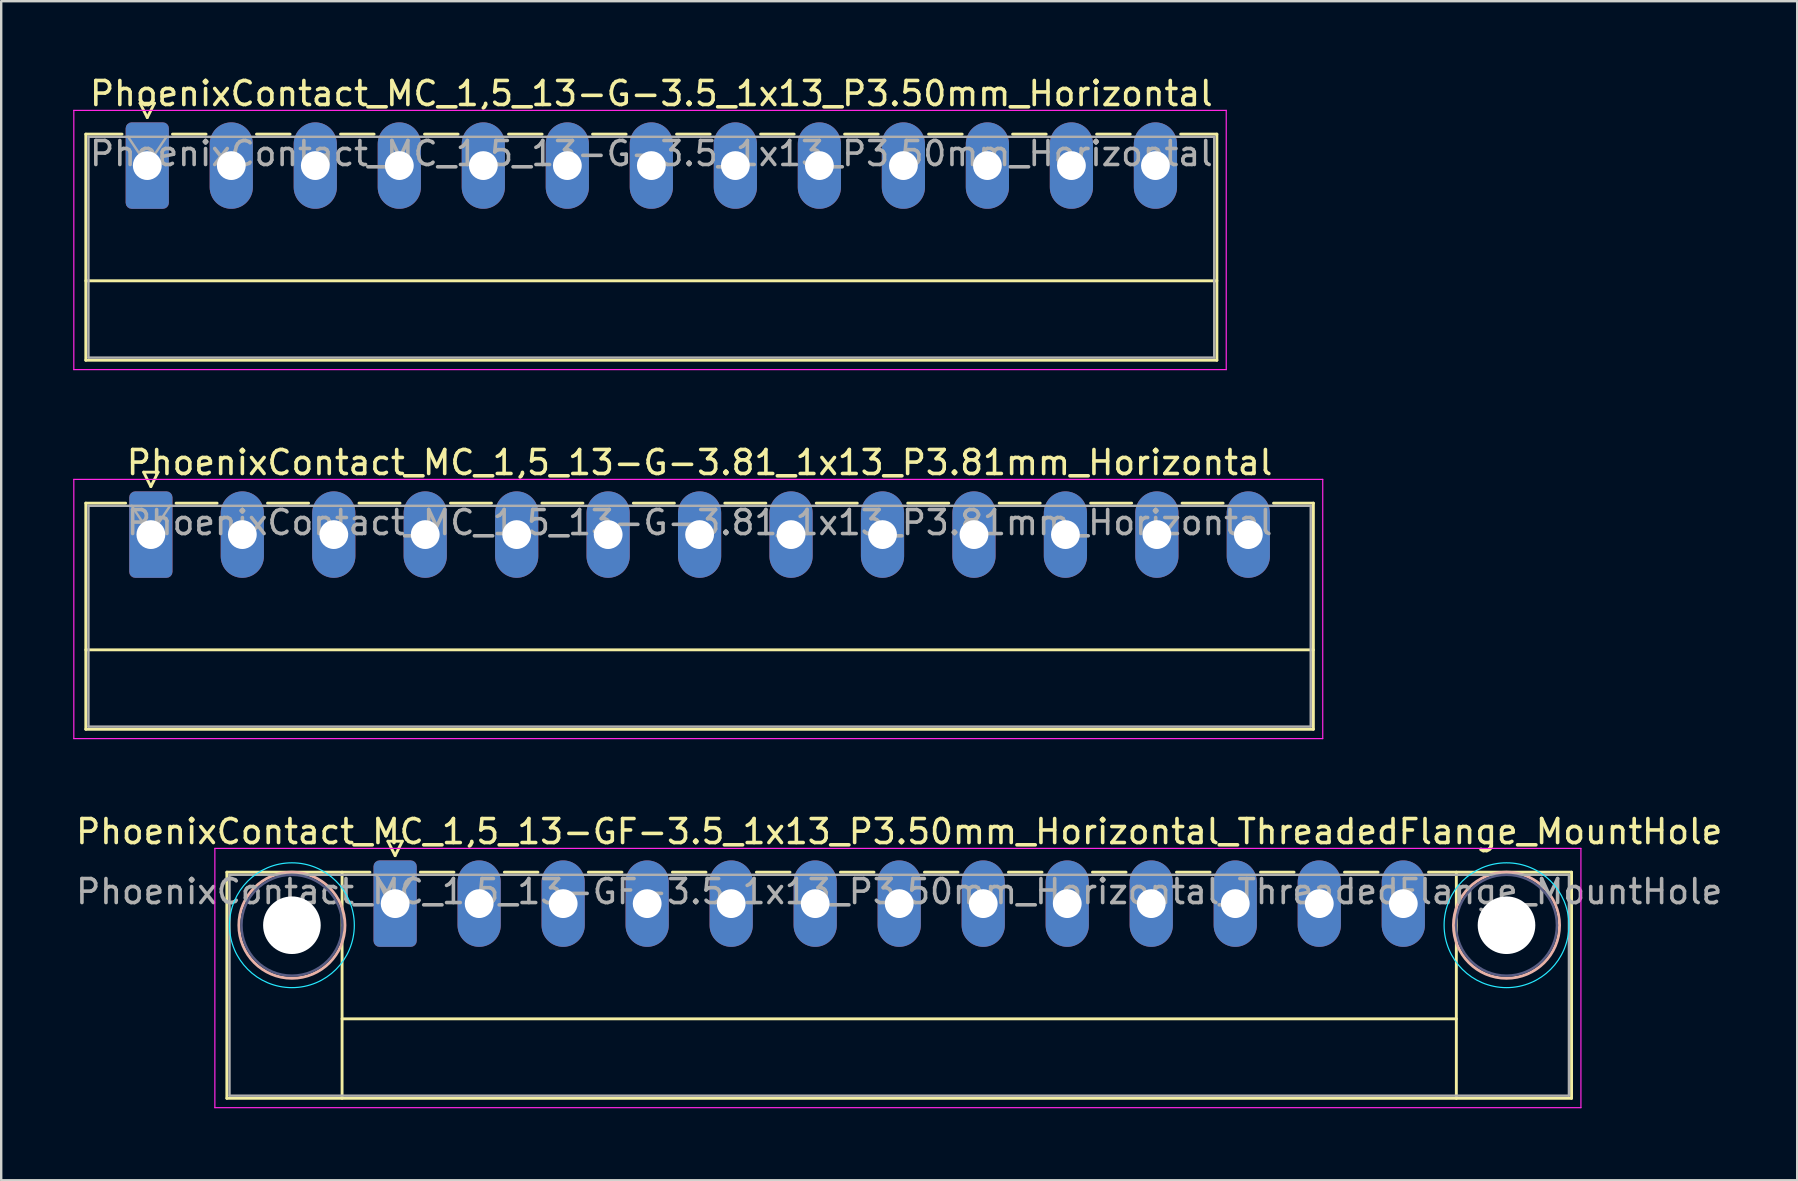
<source format=kicad_pcb>
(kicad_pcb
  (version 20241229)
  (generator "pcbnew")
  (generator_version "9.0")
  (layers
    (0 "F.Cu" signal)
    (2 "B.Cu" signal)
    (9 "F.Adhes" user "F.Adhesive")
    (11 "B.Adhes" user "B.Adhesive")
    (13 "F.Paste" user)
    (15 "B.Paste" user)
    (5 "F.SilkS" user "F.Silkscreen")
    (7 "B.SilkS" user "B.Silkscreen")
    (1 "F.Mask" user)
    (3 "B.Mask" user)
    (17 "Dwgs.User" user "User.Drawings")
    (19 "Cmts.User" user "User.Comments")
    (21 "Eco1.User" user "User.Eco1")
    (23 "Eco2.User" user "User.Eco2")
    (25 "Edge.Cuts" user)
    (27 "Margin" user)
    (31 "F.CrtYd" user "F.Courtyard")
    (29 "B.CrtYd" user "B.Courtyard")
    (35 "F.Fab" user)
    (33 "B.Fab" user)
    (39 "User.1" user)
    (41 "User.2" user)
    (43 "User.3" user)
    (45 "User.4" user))
  (footprint "PhoenixContact_MC_1,5_13-GF-3.5_1x13_P3.50mm_Horizontal_ThreadedFlange_MountHole"
    (layer "F.Cu")
    (at 13.411 34.595)
    (property "Reference" "PhoenixContact_MC_1,5_13-GF-3.5_1x13_P3.50mm_Horizontal_ThreadedFlange_MountHole" (at 21 -3 0) (layer "F.SilkS") (effects (font (size 1 1) (thickness 0.15))))
    (attr through_hole)
    (fp_line (start -7.01 -1.31) (end -7.01 8.11) (stroke (width 0.12) (type solid)) (layer "F.SilkS"))
    (fp_line (start -7.01 -1.31) (end -1.05 -1.31) (stroke (width 0.12) (type solid)) (layer "F.SilkS"))
    (fp_line (start -7.01 8.11) (end 49.01 8.11) (stroke (width 0.12) (type solid)) (layer "F.SilkS"))
    (fp_line (start -2.21 -1.31) (end -2.21 8.11) (stroke (width 0.12) (type solid)) (layer "F.SilkS"))
    (fp_line (start -2.21 4.8) (end 44.21 4.8) (stroke (width 0.12) (type solid)) (layer "F.SilkS"))
    (fp_line (start -0.3 -2.6) (end 0.3 -2.6) (stroke (width 0.12) (type solid)) (layer "F.SilkS"))
    (fp_line (start 0 -2) (end -0.3 -2.6) (stroke (width 0.12) (type solid)) (layer "F.SilkS"))
    (fp_line (start 0.3 -2.6) (end 0 -2) (stroke (width 0.12) (type solid)) (layer "F.SilkS"))
    (fp_line (start 1.05 -1.31) (end 2.45 -1.31) (stroke (width 0.12) (type solid)) (layer "F.SilkS"))
    (fp_line (start 4.55 -1.31) (end 5.95 -1.31) (stroke (width 0.12) (type solid)) (layer "F.SilkS"))
    (fp_line (start 8.05 -1.31) (end 9.45 -1.31) (stroke (width 0.12) (type solid)) (layer "F.SilkS"))
    (fp_line (start 11.55 -1.31) (end 12.95 -1.31) (stroke (width 0.12) (type solid)) (layer "F.SilkS"))
    (fp_line (start 15.05 -1.31) (end 16.45 -1.31) (stroke (width 0.12) (type solid)) (layer "F.SilkS"))
    (fp_line (start 18.55 -1.31) (end 19.95 -1.31) (stroke (width 0.12) (type solid)) (layer "F.SilkS"))
    (fp_line (start 22.05 -1.31) (end 23.45 -1.31) (stroke (width 0.12) (type solid)) (layer "F.SilkS"))
    (fp_line (start 25.55 -1.31) (end 26.95 -1.31) (stroke (width 0.12) (type solid)) (layer "F.SilkS"))
    (fp_line (start 29.05 -1.31) (end 30.45 -1.31) (stroke (width 0.12) (type solid)) (layer "F.SilkS"))
    (fp_line (start 32.55 -1.31) (end 33.95 -1.31) (stroke (width 0.12) (type solid)) (layer "F.SilkS"))
    (fp_line (start 36.05 -1.31) (end 37.45 -1.31) (stroke (width 0.12) (type solid)) (layer "F.SilkS"))
    (fp_line (start 39.55 -1.31) (end 40.95 -1.31) (stroke (width 0.12) (type solid)) (layer "F.SilkS"))
    (fp_line (start 44.21 -1.31) (end 44.21 8.11) (stroke (width 0.12) (type solid)) (layer "F.SilkS"))
    (fp_line (start 49.01 -1.31) (end 43.05 -1.31) (stroke (width 0.12) (type solid)) (layer "F.SilkS"))
    (fp_line (start 49.01 8.11) (end 49.01 -1.31) (stroke (width 0.12) (type solid)) (layer "F.SilkS"))
    (fp_circle (center -4.3 0.9) (end -2.09 0.9) (stroke (width 0.12) (type solid)) (fill no) (layer "B.SilkS"))
    (fp_circle (center 46.3 0.9) (end 48.51 0.9) (stroke (width 0.12) (type solid)) (fill no) (layer "B.SilkS"))
    (fp_circle (center -4.3 0.9) (end -1.7 0.9) (stroke (width 0.05) (type solid)) (fill no) (layer "B.CrtYd"))
    (fp_circle (center 46.3 0.9) (end 48.9 0.9) (stroke (width 0.05) (type solid)) (fill no) (layer "B.CrtYd"))
    (fp_line (start -7.51 -2.3) (end -7.51 8.5) (stroke (width 0.05) (type solid)) (layer "F.CrtYd"))
    (fp_line (start -7.51 8.5) (end 49.4 8.5) (stroke (width 0.05) (type solid)) (layer "F.CrtYd"))
    (fp_line (start 49.4 -2.3) (end -7.51 -2.3) (stroke (width 0.05) (type solid)) (layer "F.CrtYd"))
    (fp_line (start 49.4 8.5) (end 49.4 -2.3) (stroke (width 0.05) (type solid)) (layer "F.CrtYd"))
    (fp_circle (center -4.3 0.9) (end -2.2 0.9) (stroke (width 0.1) (type solid)) (fill no) (layer "B.Fab"))
    (fp_circle (center 46.3 0.9) (end 48.4 0.9) (stroke (width 0.1) (type solid)) (fill no) (layer "B.Fab"))
    (fp_line (start -6.9 -1.2) (end -6.9 8) (stroke (width 0.1) (type solid)) (layer "F.Fab"))
    (fp_line (start -6.9 8) (end 48.9 8) (stroke (width 0.1) (type solid)) (layer "F.Fab"))
    (fp_line (start 0 0) (end -0.8 -1.2) (stroke (width 0.1) (type solid)) (layer "F.Fab"))
    (fp_line (start 0.8 -1.2) (end 0 0) (stroke (width 0.1) (type solid)) (layer "F.Fab"))
    (fp_line (start 48.9 -1.2) (end -6.9 -1.2) (stroke (width 0.1) (type solid)) (layer "F.Fab"))
    (fp_line (start 48.9 8) (end 48.9 -1.2) (stroke (width 0.1) (type solid)) (layer "F.Fab"))
    (fp_text user "${REFERENCE}" (at 21 -0.5 0) (layer "F.Fab") (effects (font (size 1 1) (thickness 0.15))))
    (pad "" np_thru_hole circle (at -4.3 0.9) (size 2.4 2.4) (drill 2.4) (layers "*.Cu" "*.Mask"))
    (pad "" np_thru_hole circle (at 46.3 0.9) (size 2.4 2.4) (drill 2.4) (layers "*.Cu" "*.Mask"))
    (pad "1" thru_hole roundrect (at 0 0) (size 1.8 3.6) (drill 1.2) (layers "*.Cu" "*.Mask") (roundrect_rratio 0.139))
    (pad "2" thru_hole oval (at 3.5 0) (size 1.8 3.6) (drill 1.2) (layers "*.Cu" "*.Mask"))
    (pad "3" thru_hole oval (at 7 0) (size 1.8 3.6) (drill 1.2) (layers "*.Cu" "*.Mask"))
    (pad "4" thru_hole oval (at 10.5 0) (size 1.8 3.6) (drill 1.2) (layers "*.Cu" "*.Mask"))
    (pad "5" thru_hole oval (at 14 0) (size 1.8 3.6) (drill 1.2) (layers "*.Cu" "*.Mask"))
    (pad "6" thru_hole oval (at 17.5 0) (size 1.8 3.6) (drill 1.2) (layers "*.Cu" "*.Mask"))
    (pad "7" thru_hole oval (at 21 0) (size 1.8 3.6) (drill 1.2) (layers "*.Cu" "*.Mask"))
    (pad "8" thru_hole oval (at 24.5 0) (size 1.8 3.6) (drill 1.2) (layers "*.Cu" "*.Mask"))
    (pad "9" thru_hole oval (at 28 0) (size 1.8 3.6) (drill 1.2) (layers "*.Cu" "*.Mask"))
    (pad "10" thru_hole oval (at 31.5 0) (size 1.8 3.6) (drill 1.2) (layers "*.Cu" "*.Mask"))
    (pad "11" thru_hole oval (at 35 0) (size 1.8 3.6) (drill 1.2) (layers "*.Cu" "*.Mask"))
    (pad "12" thru_hole oval (at 38.5 0) (size 1.8 3.6) (drill 1.2) (layers "*.Cu" "*.Mask"))
    (pad "13" thru_hole oval (at 42 0) (size 1.8 3.6) (drill 1.2) (layers "*.Cu" "*.Mask")))
  (footprint "PhoenixContact_MC_1,5_13-G-3.81_1x13_P3.81mm_Horizontal"
    (layer "F.Cu")
    (at 3.235 19.221)
    (property "Reference" "PhoenixContact_MC_1,5_13-G-3.81_1x13_P3.81mm_Horizontal" (at 22.86 -3 0) (layer "F.SilkS") (effects (font (size 1 1) (thickness 0.15))))
    (attr through_hole)
    (fp_line (start -2.71 -1.31) (end -2.71 8.11) (stroke (width 0.12) (type solid)) (layer "F.SilkS"))
    (fp_line (start -2.71 -1.31) (end -1.05 -1.31) (stroke (width 0.12) (type solid)) (layer "F.SilkS"))
    (fp_line (start -2.71 4.8) (end 48.43 4.8) (stroke (width 0.12) (type solid)) (layer "F.SilkS"))
    (fp_line (start -2.71 8.11) (end 48.43 8.11) (stroke (width 0.12) (type solid)) (layer "F.SilkS"))
    (fp_line (start -0.3 -2.6) (end 0.3 -2.6) (stroke (width 0.12) (type solid)) (layer "F.SilkS"))
    (fp_line (start 0 -2) (end -0.3 -2.6) (stroke (width 0.12) (type solid)) (layer "F.SilkS"))
    (fp_line (start 0.3 -2.6) (end 0 -2) (stroke (width 0.12) (type solid)) (layer "F.SilkS"))
    (fp_line (start 1.05 -1.31) (end 2.76 -1.31) (stroke (width 0.12) (type solid)) (layer "F.SilkS"))
    (fp_line (start 4.86 -1.31) (end 6.57 -1.31) (stroke (width 0.12) (type solid)) (layer "F.SilkS"))
    (fp_line (start 8.67 -1.31) (end 10.38 -1.31) (stroke (width 0.12) (type solid)) (layer "F.SilkS"))
    (fp_line (start 12.48 -1.31) (end 14.19 -1.31) (stroke (width 0.12) (type solid)) (layer "F.SilkS"))
    (fp_line (start 16.29 -1.31) (end 18 -1.31) (stroke (width 0.12) (type solid)) (layer "F.SilkS"))
    (fp_line (start 20.1 -1.31) (end 21.81 -1.31) (stroke (width 0.12) (type solid)) (layer "F.SilkS"))
    (fp_line (start 23.91 -1.31) (end 25.62 -1.31) (stroke (width 0.12) (type solid)) (layer "F.SilkS"))
    (fp_line (start 27.72 -1.31) (end 29.43 -1.31) (stroke (width 0.12) (type solid)) (layer "F.SilkS"))
    (fp_line (start 31.53 -1.31) (end 33.24 -1.31) (stroke (width 0.12) (type solid)) (layer "F.SilkS"))
    (fp_line (start 35.34 -1.31) (end 37.05 -1.31) (stroke (width 0.12) (type solid)) (layer "F.SilkS"))
    (fp_line (start 39.15 -1.31) (end 40.86 -1.31) (stroke (width 0.12) (type solid)) (layer "F.SilkS"))
    (fp_line (start 42.96 -1.31) (end 44.67 -1.31) (stroke (width 0.12) (type solid)) (layer "F.SilkS"))
    (fp_line (start 48.43 -1.31) (end 46.77 -1.31) (stroke (width 0.12) (type solid)) (layer "F.SilkS"))
    (fp_line (start 48.43 8.11) (end 48.43 -1.31) (stroke (width 0.12) (type solid)) (layer "F.SilkS"))
    (fp_line (start -3.21 -2.3) (end -3.21 8.5) (stroke (width 0.05) (type solid)) (layer "F.CrtYd"))
    (fp_line (start -3.21 8.5) (end 48.82 8.5) (stroke (width 0.05) (type solid)) (layer "F.CrtYd"))
    (fp_line (start 48.82 -2.3) (end -3.21 -2.3) (stroke (width 0.05) (type solid)) (layer "F.CrtYd"))
    (fp_line (start 48.82 8.5) (end 48.82 -2.3) (stroke (width 0.05) (type solid)) (layer "F.CrtYd"))
    (fp_line (start -2.6 -1.2) (end -2.6 8) (stroke (width 0.1) (type solid)) (layer "F.Fab"))
    (fp_line (start -2.6 8) (end 48.32 8) (stroke (width 0.1) (type solid)) (layer "F.Fab"))
    (fp_line (start 0 0) (end -0.8 -1.2) (stroke (width 0.1) (type solid)) (layer "F.Fab"))
    (fp_line (start 0.8 -1.2) (end 0 0) (stroke (width 0.1) (type solid)) (layer "F.Fab"))
    (fp_line (start 48.32 -1.2) (end -2.6 -1.2) (stroke (width 0.1) (type solid)) (layer "F.Fab"))
    (fp_line (start 48.32 8) (end 48.32 -1.2) (stroke (width 0.1) (type solid)) (layer "F.Fab"))
    (fp_text user "${REFERENCE}" (at 22.86 -0.5 0) (layer "F.Fab") (effects (font (size 1 1) (thickness 0.15))))
    (pad "1" thru_hole roundrect (at 0 0) (size 1.8 3.6) (drill 1.2) (layers "*.Cu" "*.Mask") (roundrect_rratio 0.139))
    (pad "2" thru_hole oval (at 3.81 0) (size 1.8 3.6) (drill 1.2) (layers "*.Cu" "*.Mask"))
    (pad "3" thru_hole oval (at 7.62 0) (size 1.8 3.6) (drill 1.2) (layers "*.Cu" "*.Mask"))
    (pad "4" thru_hole oval (at 11.43 0) (size 1.8 3.6) (drill 1.2) (layers "*.Cu" "*.Mask"))
    (pad "5" thru_hole oval (at 15.24 0) (size 1.8 3.6) (drill 1.2) (layers "*.Cu" "*.Mask"))
    (pad "6" thru_hole oval (at 19.05 0) (size 1.8 3.6) (drill 1.2) (layers "*.Cu" "*.Mask"))
    (pad "7" thru_hole oval (at 22.86 0) (size 1.8 3.6) (drill 1.2) (layers "*.Cu" "*.Mask"))
    (pad "8" thru_hole oval (at 26.67 0) (size 1.8 3.6) (drill 1.2) (layers "*.Cu" "*.Mask"))
    (pad "9" thru_hole oval (at 30.48 0) (size 1.8 3.6) (drill 1.2) (layers "*.Cu" "*.Mask"))
    (pad "10" thru_hole oval (at 34.29 0) (size 1.8 3.6) (drill 1.2) (layers "*.Cu" "*.Mask"))
    (pad "11" thru_hole oval (at 38.1 0) (size 1.8 3.6) (drill 1.2) (layers "*.Cu" "*.Mask"))
    (pad "12" thru_hole oval (at 41.91 0) (size 1.8 3.6) (drill 1.2) (layers "*.Cu" "*.Mask"))
    (pad "13" thru_hole oval (at 45.72 0) (size 1.8 3.6) (drill 1.2) (layers "*.Cu" "*.Mask")))
  (footprint "PhoenixContact_MC_1,5_13-G-3.5_1x13_P3.50mm_Horizontal"
    (layer "F.Cu")
    (at 3.085 3.848)
    (property "Reference" "PhoenixContact_MC_1,5_13-G-3.5_1x13_P3.50mm_Horizontal" (at 21 -3 0) (layer "F.SilkS") (effects (font (size 1 1) (thickness 0.15))))
    (attr through_hole)
    (fp_line (start -2.56 -1.31) (end -2.56 8.11) (stroke (width 0.12) (type solid)) (layer "F.SilkS"))
    (fp_line (start -2.56 -1.31) (end -1.05 -1.31) (stroke (width 0.12) (type solid)) (layer "F.SilkS"))
    (fp_line (start -2.56 4.8) (end 44.56 4.8) (stroke (width 0.12) (type solid)) (layer "F.SilkS"))
    (fp_line (start -2.56 8.11) (end 44.56 8.11) (stroke (width 0.12) (type solid)) (layer "F.SilkS"))
    (fp_line (start -0.3 -2.6) (end 0.3 -2.6) (stroke (width 0.12) (type solid)) (layer "F.SilkS"))
    (fp_line (start 0 -2) (end -0.3 -2.6) (stroke (width 0.12) (type solid)) (layer "F.SilkS"))
    (fp_line (start 0.3 -2.6) (end 0 -2) (stroke (width 0.12) (type solid)) (layer "F.SilkS"))
    (fp_line (start 1.05 -1.31) (end 2.45 -1.31) (stroke (width 0.12) (type solid)) (layer "F.SilkS"))
    (fp_line (start 4.55 -1.31) (end 5.95 -1.31) (stroke (width 0.12) (type solid)) (layer "F.SilkS"))
    (fp_line (start 8.05 -1.31) (end 9.45 -1.31) (stroke (width 0.12) (type solid)) (layer "F.SilkS"))
    (fp_line (start 11.55 -1.31) (end 12.95 -1.31) (stroke (width 0.12) (type solid)) (layer "F.SilkS"))
    (fp_line (start 15.05 -1.31) (end 16.45 -1.31) (stroke (width 0.12) (type solid)) (layer "F.SilkS"))
    (fp_line (start 18.55 -1.31) (end 19.95 -1.31) (stroke (width 0.12) (type solid)) (layer "F.SilkS"))
    (fp_line (start 22.05 -1.31) (end 23.45 -1.31) (stroke (width 0.12) (type solid)) (layer "F.SilkS"))
    (fp_line (start 25.55 -1.31) (end 26.95 -1.31) (stroke (width 0.12) (type solid)) (layer "F.SilkS"))
    (fp_line (start 29.05 -1.31) (end 30.45 -1.31) (stroke (width 0.12) (type solid)) (layer "F.SilkS"))
    (fp_line (start 32.55 -1.31) (end 33.95 -1.31) (stroke (width 0.12) (type solid)) (layer "F.SilkS"))
    (fp_line (start 36.05 -1.31) (end 37.45 -1.31) (stroke (width 0.12) (type solid)) (layer "F.SilkS"))
    (fp_line (start 39.55 -1.31) (end 40.95 -1.31) (stroke (width 0.12) (type solid)) (layer "F.SilkS"))
    (fp_line (start 44.56 -1.31) (end 43.05 -1.31) (stroke (width 0.12) (type solid)) (layer "F.SilkS"))
    (fp_line (start 44.56 8.11) (end 44.56 -1.31) (stroke (width 0.12) (type solid)) (layer "F.SilkS"))
    (fp_line (start -3.06 -2.3) (end -3.06 8.5) (stroke (width 0.05) (type solid)) (layer "F.CrtYd"))
    (fp_line (start -3.06 8.5) (end 44.95 8.5) (stroke (width 0.05) (type solid)) (layer "F.CrtYd"))
    (fp_line (start 44.95 -2.3) (end -3.06 -2.3) (stroke (width 0.05) (type solid)) (layer "F.CrtYd"))
    (fp_line (start 44.95 8.5) (end 44.95 -2.3) (stroke (width 0.05) (type solid)) (layer "F.CrtYd"))
    (fp_line (start -2.45 -1.2) (end -2.45 8) (stroke (width 0.1) (type solid)) (layer "F.Fab"))
    (fp_line (start -2.45 8) (end 44.45 8) (stroke (width 0.1) (type solid)) (layer "F.Fab"))
    (fp_line (start 0 0) (end -0.8 -1.2) (stroke (width 0.1) (type solid)) (layer "F.Fab"))
    (fp_line (start 0.8 -1.2) (end 0 0) (stroke (width 0.1) (type solid)) (layer "F.Fab"))
    (fp_line (start 44.45 -1.2) (end -2.45 -1.2) (stroke (width 0.1) (type solid)) (layer "F.Fab"))
    (fp_line (start 44.45 8) (end 44.45 -1.2) (stroke (width 0.1) (type solid)) (layer "F.Fab"))
    (fp_text user "${REFERENCE}" (at 21 -0.5 0) (layer "F.Fab") (effects (font (size 1 1) (thickness 0.15))))
    (pad "1" thru_hole roundrect (at 0 0) (size 1.8 3.6) (drill 1.2) (layers "*.Cu" "*.Mask") (roundrect_rratio 0.139))
    (pad "2" thru_hole oval (at 3.5 0) (size 1.8 3.6) (drill 1.2) (layers "*.Cu" "*.Mask"))
    (pad "3" thru_hole oval (at 7 0) (size 1.8 3.6) (drill 1.2) (layers "*.Cu" "*.Mask"))
    (pad "4" thru_hole oval (at 10.5 0) (size 1.8 3.6) (drill 1.2) (layers "*.Cu" "*.Mask"))
    (pad "5" thru_hole oval (at 14 0) (size 1.8 3.6) (drill 1.2) (layers "*.Cu" "*.Mask"))
    (pad "6" thru_hole oval (at 17.5 0) (size 1.8 3.6) (drill 1.2) (layers "*.Cu" "*.Mask"))
    (pad "7" thru_hole oval (at 21 0) (size 1.8 3.6) (drill 1.2) (layers "*.Cu" "*.Mask"))
    (pad "8" thru_hole oval (at 24.5 0) (size 1.8 3.6) (drill 1.2) (layers "*.Cu" "*.Mask"))
    (pad "9" thru_hole oval (at 28 0) (size 1.8 3.6) (drill 1.2) (layers "*.Cu" "*.Mask"))
    (pad "10" thru_hole oval (at 31.5 0) (size 1.8 3.6) (drill 1.2) (layers "*.Cu" "*.Mask"))
    (pad "11" thru_hole oval (at 35 0) (size 1.8 3.6) (drill 1.2) (layers "*.Cu" "*.Mask"))
    (pad "12" thru_hole oval (at 38.5 0) (size 1.8 3.6) (drill 1.2) (layers "*.Cu" "*.Mask"))
    (pad "13" thru_hole oval (at 42 0) (size 1.8 3.6) (drill 1.2) (layers "*.Cu" "*.Mask")))
  (gr_rect
    (start -3 -3)
    (end 71.821 46.12)
    (stroke (width 0.1) (type default))
    (fill no)
    (layer "Edge.Cuts")))
</source>
